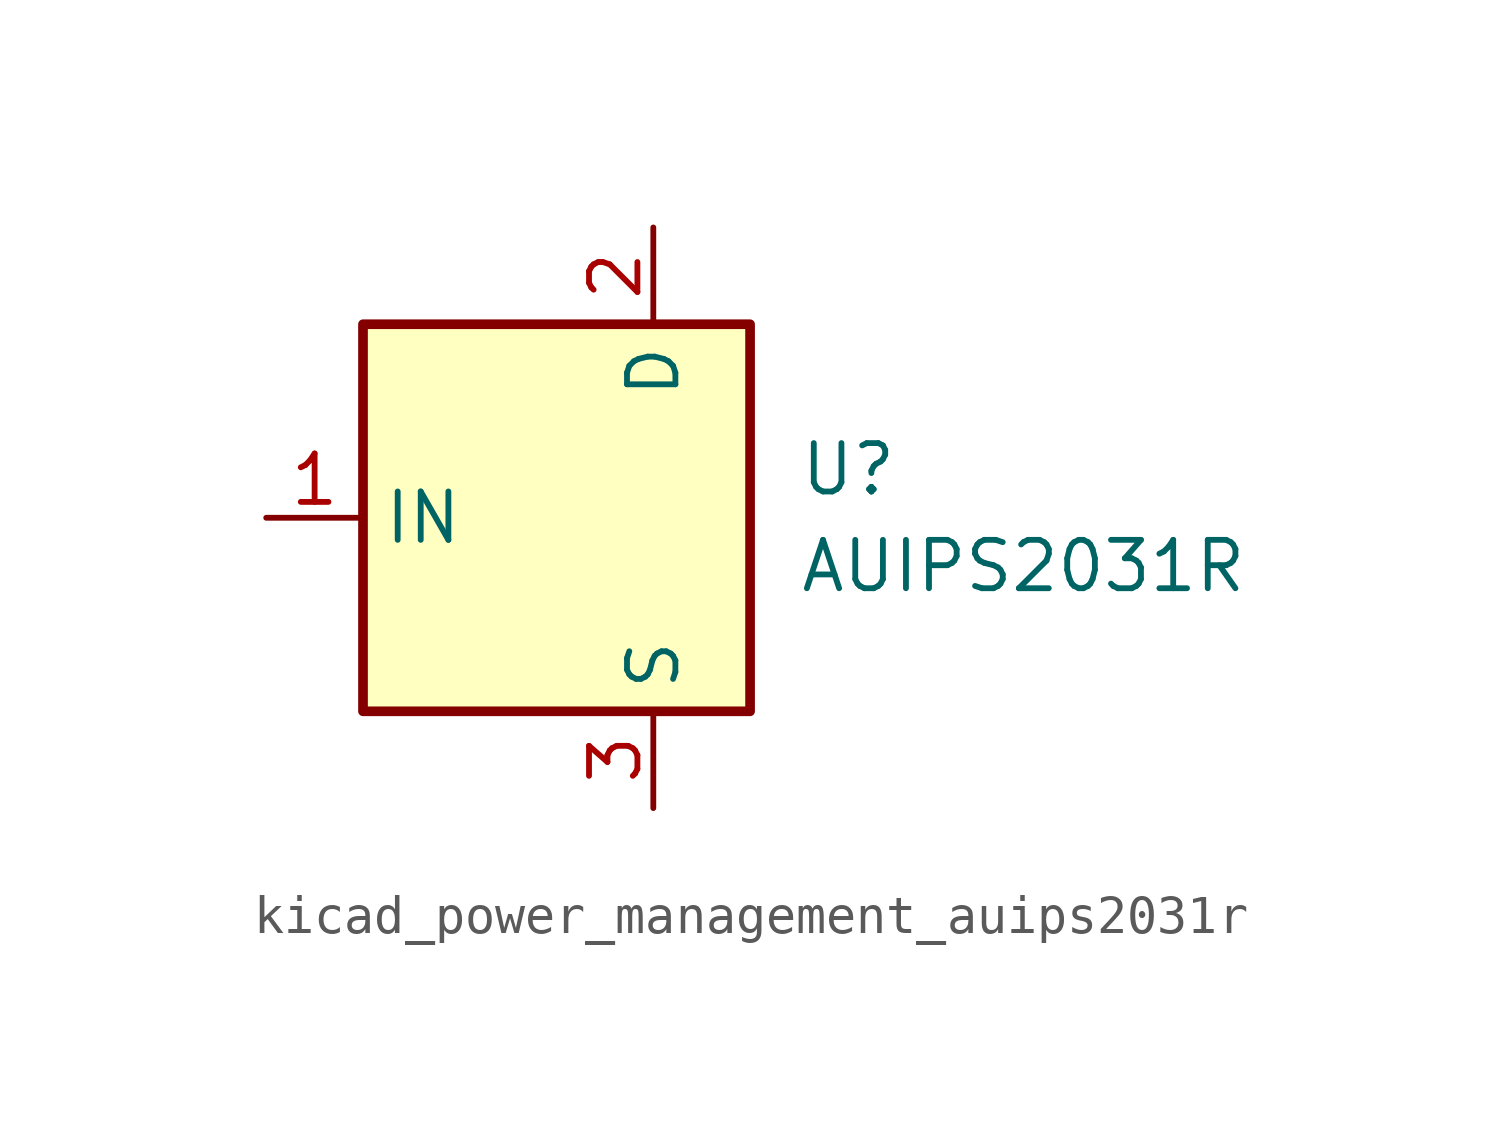
<source format=kicad_sym>
(kicad_symbol_lib
  (version 20220914)
  (generator kicad_symbol_editor)
  (symbol "kicad_power_management_auips2031r"
    (property "Reference" "U"
      (at 3.81 1.27 0)
      (effects (font (size 1.27 1.27)) (justify left)))
    (property "Value" "AUIPS2031R"
      (at 3.81 -1.27 0)
      (effects (font (size 1.27 1.27)) (justify left)))
    (symbol "kicad_power_management_auips2031r_0_1"
      (rectangle (start -7.62 5.08) (end 2.54 -5.08) (stroke (width 0.254) (type default)) (fill (type background))))
    (symbol "kicad_power_management_auips2031r_1_1"
      (pin input line (at -10.16 0 0) (length 2.54) (name "IN" (effects (font (size 1.27 1.27)))) (number "1" (effects (font (size 1.27 1.27)))))
      (pin passive line (at 0 7.62 270) (length 2.54) (name "D" (effects (font (size 1.27 1.27)))) (number "2" (effects (font (size 1.27 1.27)))))
      (pin power_in line (at 0 -7.62 90) (length 2.54) (name "S" (effects (font (size 1.27 1.27)))) (number "3" (effects (font (size 1.27 1.27))))))))
</source>
